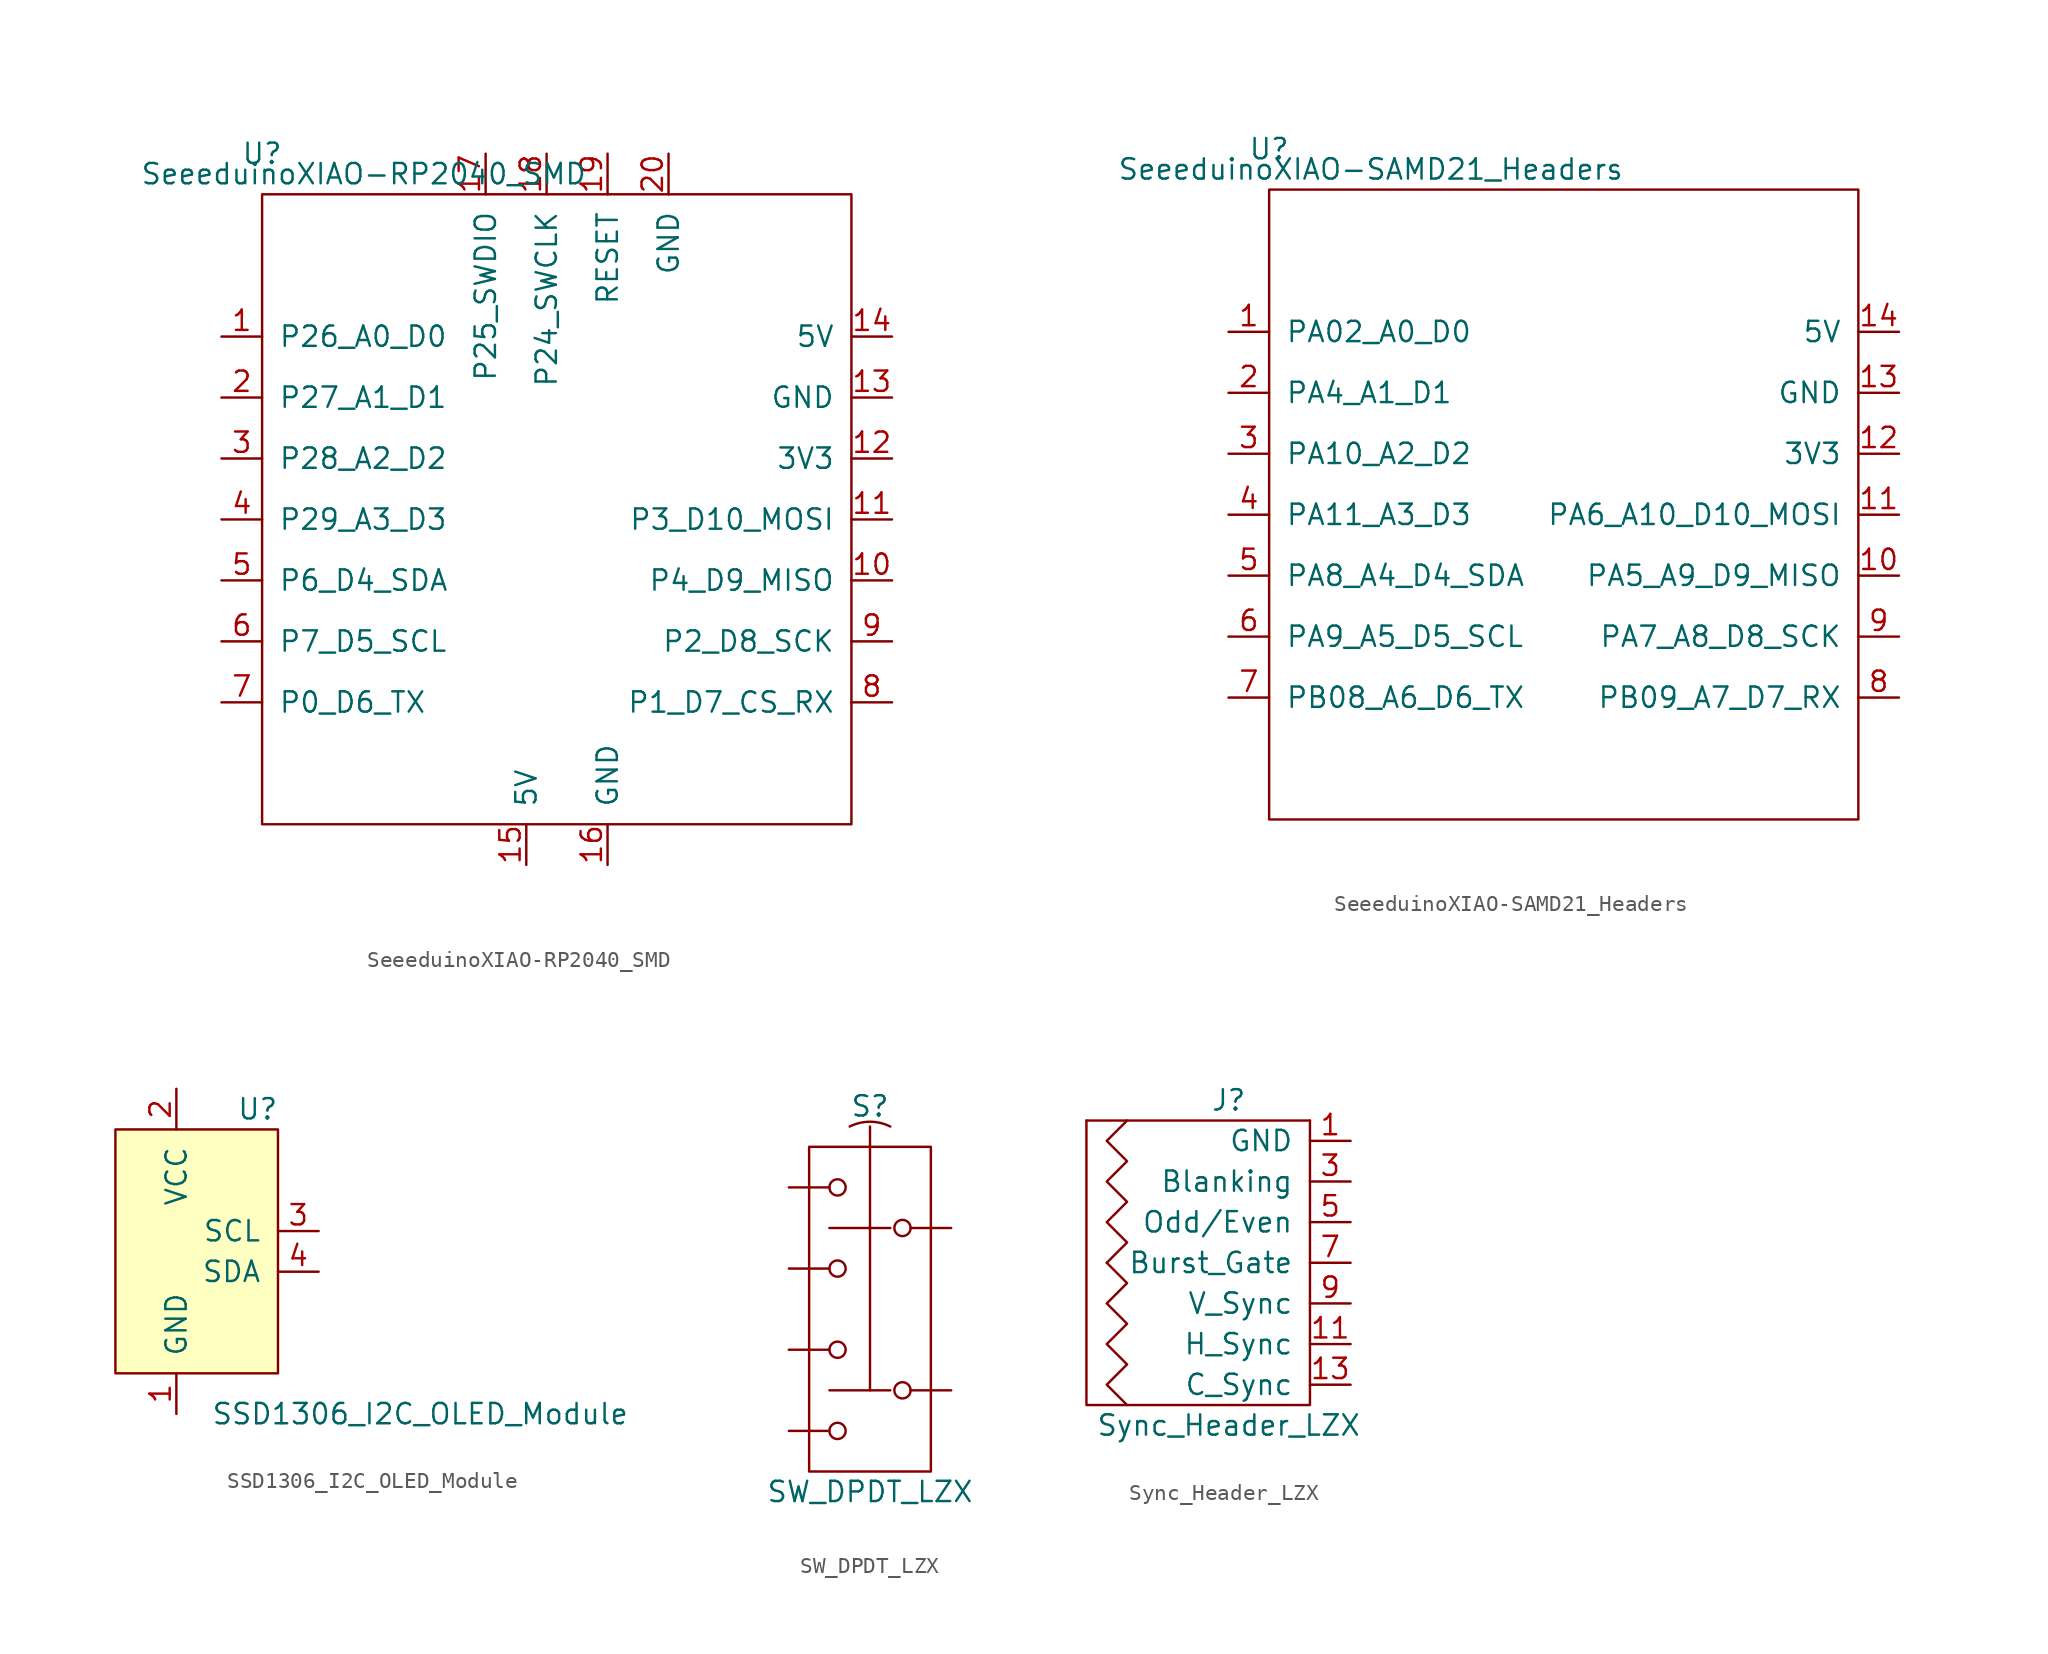
<source format=kicad_sym>
(kicad_symbol_lib
  (version 20220914)
  (generator kicad_symbol_editor)
  (symbol "SeeeduinoXIAO-RP2040_SMD"
    (pin_names
      (offset 1.016))
    (property "Reference" "U"
      (at -19.05 22.86 0)
      (effects (font (size 1.27 1.27))))
    (property "Value" "SeeeduinoXIAO-RP2040_SMD"
      (at -12.7 21.59 0)
      (effects (font (size 1.27 1.27))))
    (symbol "SeeeduinoXIAO-RP2040_SMD_0_1"
      (rectangle (start -19.05 20.32) (end 17.78 -19.05) (stroke (width 0) (type solid)) (fill (type none))))
    (symbol "SeeeduinoXIAO-RP2040_SMD_1_1"
      (pin unspecified line (at -21.59 11.43 0) (length 2.54) (name "P26_A0_D0" (effects (font (size 1.27 1.27)))) (number "1" (effects (font (size 1.27 1.27)))))
      (pin unspecified line (at 20.32 -3.81 180) (length 2.54) (name "P4_D9_MISO" (effects (font (size 1.27 1.27)))) (number "10" (effects (font (size 1.27 1.27)))))
      (pin unspecified line (at 20.32 0 180) (length 2.54) (name "P3_D10_MOSI" (effects (font (size 1.27 1.27)))) (number "11" (effects (font (size 1.27 1.27)))))
      (pin unspecified line (at 20.32 3.81 180) (length 2.54) (name "3V3" (effects (font (size 1.27 1.27)))) (number "12" (effects (font (size 1.27 1.27)))))
      (pin unspecified line (at 20.32 7.62 180) (length 2.54) (name "GND" (effects (font (size 1.27 1.27)))) (number "13" (effects (font (size 1.27 1.27)))))
      (pin unspecified line (at 20.32 11.43 180) (length 2.54) (name "5V" (effects (font (size 1.27 1.27)))) (number "14" (effects (font (size 1.27 1.27)))))
      (pin input line (at -2.54 -21.59 90) (length 2.54) (name "5V" (effects (font (size 1.27 1.27)))) (number "15" (effects (font (size 1.27 1.27)))))
      (pin input line (at 2.54 -21.59 90) (length 2.54) (name "GND" (effects (font (size 1.27 1.27)))) (number "16" (effects (font (size 1.27 1.27)))))
      (pin input line (at -5.08 22.86 270) (length 2.54) (name "P25_SWDIO" (effects (font (size 1.27 1.27)))) (number "17" (effects (font (size 1.27 1.27)))))
      (pin input line (at -1.27 22.86 270) (length 2.54) (name "P24_SWCLK" (effects (font (size 1.27 1.27)))) (number "18" (effects (font (size 1.27 1.27)))))
      (pin input line (at 2.54 22.86 270) (length 2.54) (name "RESET" (effects (font (size 1.27 1.27)))) (number "19" (effects (font (size 1.27 1.27)))))
      (pin unspecified line (at -21.59 7.62 0) (length 2.54) (name "P27_A1_D1" (effects (font (size 1.27 1.27)))) (number "2" (effects (font (size 1.27 1.27)))))
      (pin input line (at 6.35 22.86 270) (length 2.54) (name "GND" (effects (font (size 1.27 1.27)))) (number "20" (effects (font (size 1.27 1.27)))))
      (pin unspecified line (at -21.59 3.81 0) (length 2.54) (name "P28_A2_D2" (effects (font (size 1.27 1.27)))) (number "3" (effects (font (size 1.27 1.27)))))
      (pin unspecified line (at -21.59 0 0) (length 2.54) (name "P29_A3_D3" (effects (font (size 1.27 1.27)))) (number "4" (effects (font (size 1.27 1.27)))))
      (pin unspecified line (at -21.59 -3.81 0) (length 2.54) (name "P6_D4_SDA" (effects (font (size 1.27 1.27)))) (number "5" (effects (font (size 1.27 1.27)))))
      (pin unspecified line (at -21.59 -7.62 0) (length 2.54) (name "P7_D5_SCL" (effects (font (size 1.27 1.27)))) (number "6" (effects (font (size 1.27 1.27)))))
      (pin unspecified line (at -21.59 -11.43 0) (length 2.54) (name "P0_D6_TX" (effects (font (size 1.27 1.27)))) (number "7" (effects (font (size 1.27 1.27)))))
      (pin unspecified line (at 20.32 -11.43 180) (length 2.54) (name "P1_D7_CS_RX" (effects (font (size 1.27 1.27)))) (number "8" (effects (font (size 1.27 1.27)))))
      (pin unspecified line (at 20.32 -7.62 180) (length 2.54) (name "P2_D8_SCK" (effects (font (size 1.27 1.27)))) (number "9" (effects (font (size 1.27 1.27)))))))
  (symbol "SeeeduinoXIAO-SAMD21_Headers"
    (pin_names
      (offset 1.016))
    (property "Reference" "U"
      (at -19.05 22.86 0)
      (effects (font (size 1.27 1.27))))
    (property "Value" "SeeeduinoXIAO-SAMD21_Headers"
      (at -12.7 21.59 0)
      (effects (font (size 1.27 1.27))))
    (symbol "SeeeduinoXIAO-SAMD21_Headers_0_1"
      (rectangle (start -19.05 20.32) (end 17.78 -19.05) (stroke (width 0) (type solid)) (fill (type none))))
    (symbol "SeeeduinoXIAO-SAMD21_Headers_1_1"
      (pin unspecified line (at -21.59 11.43 0) (length 2.54) (name "PA02_A0_D0" (effects (font (size 1.27 1.27)))) (number "1" (effects (font (size 1.27 1.27)))))
      (pin unspecified line (at 20.32 -3.81 180) (length 2.54) (name "PA5_A9_D9_MISO" (effects (font (size 1.27 1.27)))) (number "10" (effects (font (size 1.27 1.27)))))
      (pin unspecified line (at 20.32 0 180) (length 2.54) (name "PA6_A10_D10_MOSI" (effects (font (size 1.27 1.27)))) (number "11" (effects (font (size 1.27 1.27)))))
      (pin unspecified line (at 20.32 3.81 180) (length 2.54) (name "3V3" (effects (font (size 1.27 1.27)))) (number "12" (effects (font (size 1.27 1.27)))))
      (pin unspecified line (at 20.32 7.62 180) (length 2.54) (name "GND" (effects (font (size 1.27 1.27)))) (number "13" (effects (font (size 1.27 1.27)))))
      (pin unspecified line (at 20.32 11.43 180) (length 2.54) (name "5V" (effects (font (size 1.27 1.27)))) (number "14" (effects (font (size 1.27 1.27)))))
      (pin unspecified line (at -21.59 7.62 0) (length 2.54) (name "PA4_A1_D1" (effects (font (size 1.27 1.27)))) (number "2" (effects (font (size 1.27 1.27)))))
      (pin unspecified line (at -21.59 3.81 0) (length 2.54) (name "PA10_A2_D2" (effects (font (size 1.27 1.27)))) (number "3" (effects (font (size 1.27 1.27)))))
      (pin unspecified line (at -21.59 0 0) (length 2.54) (name "PA11_A3_D3" (effects (font (size 1.27 1.27)))) (number "4" (effects (font (size 1.27 1.27)))))
      (pin unspecified line (at -21.59 -3.81 0) (length 2.54) (name "PA8_A4_D4_SDA" (effects (font (size 1.27 1.27)))) (number "5" (effects (font (size 1.27 1.27)))))
      (pin unspecified line (at -21.59 -7.62 0) (length 2.54) (name "PA9_A5_D5_SCL" (effects (font (size 1.27 1.27)))) (number "6" (effects (font (size 1.27 1.27)))))
      (pin unspecified line (at -21.59 -11.43 0) (length 2.54) (name "PB08_A6_D6_TX" (effects (font (size 1.27 1.27)))) (number "7" (effects (font (size 1.27 1.27)))))
      (pin unspecified line (at 20.32 -11.43 180) (length 2.54) (name "PB09_A7_D7_RX" (effects (font (size 1.27 1.27)))) (number "8" (effects (font (size 1.27 1.27)))))
      (pin unspecified line (at 20.32 -7.62 180) (length 2.54) (name "PA7_A8_D8_SCK" (effects (font (size 1.27 1.27)))) (number "9" (effects (font (size 1.27 1.27)))))))
  (symbol "SSD1306_I2C_OLED_Module"
    (pin_names
      (offset 1.016))
    (property "Reference" "U"
      (at 3.81 8.89 0)
      (effects (font (size 1.27 1.27))))
    (property "Value" "SSD1306_I2C_OLED_Module"
      (at 13.97 -10.16 0)
      (effects (font (size 1.27 1.27))))
    (symbol "SSD1306_I2C_OLED_Module_0_1"
      (rectangle (start 5.08 7.62) (end -5.08 -7.62) (stroke (width 0) (type solid)) (fill (type background))))
    (symbol "SSD1306_I2C_OLED_Module_1_1"
      (pin power_in line (at -1.27 -10.16 90) (length 2.54) (name "GND" (effects (font (size 1.27 1.27)))) (number "1" (effects (font (size 1.27 1.27)))))
      (pin power_in line (at -1.27 10.16 270) (length 2.54) (name "VCC" (effects (font (size 1.27 1.27)))) (number "2" (effects (font (size 1.27 1.27)))))
      (pin bidirectional line (at 7.62 1.27 180) (length 2.54) (name "SCL" (effects (font (size 1.27 1.27)))) (number "3" (effects (font (size 1.27 1.27)))))
      (pin bidirectional line (at 7.62 -1.27 180) (length 2.54) (name "SDA" (effects (font (size 1.27 1.27)))) (number "4" (effects (font (size 1.27 1.27)))))))
  (symbol "SW_DPDT_LZX"
    (pin_numbers hide)
    (pin_names
      (offset 0) hide)
    (property "Reference" "S"
      (at 0 12.7 0)
      (effects (font (size 1.27 1.27))))
    (property "Value" "SW_DPDT_LZX"
      (at 0 -11.43 0)
      (effects (font (size 1.27 1.27))))
    (symbol "SW_DPDT_LZX_0_1"
      (rectangle (start -3.81 10.16) (end 3.81 -10.16) (stroke (width 0) (type solid)) (fill (type none)))
      (rectangle (start 0 -5.08) (end 0 11.43) (stroke (width 0) (type solid)) (fill (type none)))
      (polyline (pts (xy -2.54 -5.08) (xy 1.27 -5.08)) (stroke (width 0) (type solid)) (fill (type none)))
      (polyline (pts (xy -2.54 5.08) (xy 1.27 5.08)) (stroke (width 0) (type solid)) (fill (type none)))
      (arc (start 1.27 11.43) (mid 0 11.7298) (end -1.27 11.43) (stroke (width 0) (type solid)) (fill (type none))))
    (symbol "SW_DPDT_LZX_1_1"
      (circle (center -2.032 -7.62) (radius 0.508) (stroke (width 0) (type solid)) (fill (type none)))
      (circle (center -2.032 -2.54) (radius 0.508) (stroke (width 0) (type solid)) (fill (type none)))
      (circle (center -2.032 2.54) (radius 0.508) (stroke (width 0) (type solid)) (fill (type none)))
      (circle (center -2.032 7.62) (radius 0.508) (stroke (width 0) (type solid)) (fill (type none)))
      (circle (center 2.032 -5.08) (radius 0.508) (stroke (width 0) (type solid)) (fill (type none)))
      (circle (center 2.032 5.08) (radius 0.508) (stroke (width 0) (type solid)) (fill (type none)))
      (pin passive line (at 5.08 5.08 180) (length 2.54) (name "~" (effects (font (size 1.27 1.27)))) (number "1" (effects (font (size 1.27 1.27)))))
      (pin passive line (at -5.08 7.62 0) (length 2.54) (name "~" (effects (font (size 1.27 1.27)))) (number "2" (effects (font (size 1.27 1.27)))))
      (pin passive line (at -5.08 2.54 0) (length 2.54) (name "~" (effects (font (size 1.27 1.27)))) (number "3" (effects (font (size 1.27 1.27)))))
      (pin passive line (at 5.08 -5.08 180) (length 2.54) (name "~" (effects (font (size 1.27 1.27)))) (number "4" (effects (font (size 1.27 1.27)))))
      (pin passive line (at -5.08 -2.54 0) (length 2.54) (name "~" (effects (font (size 1.27 1.27)))) (number "5" (effects (font (size 1.27 1.27)))))
      (pin passive line (at -5.08 -7.62 0) (length 2.54) (name "~" (effects (font (size 1.27 1.27)))) (number "6" (effects (font (size 1.27 1.27)))))))
  (symbol "Sync_Header_LZX"
    (pin_names
      (offset 1.016))
    (property "Reference" "J"
      (at 0 10.16 0)
      (effects (font (size 1.27 1.27))))
    (property "Value" "Sync_Header_LZX"
      (at 0 -10.16 0)
      (effects (font (size 1.27 1.27))))
    (symbol "Sync_Header_LZX_0_1"
      (polyline (pts (xy 5.08 8.89) (xy -8.89 8.89)) (stroke (width 0) (type solid)) (fill (type none)))
      (polyline (pts (xy 5.08 8.89) (xy 5.08 -8.89) (xy -8.89 -8.89) (xy -8.89 8.89)) (stroke (width 0) (type solid)) (fill (type none)))
      (polyline (pts (xy -7.62 0) (xy -6.35 -1.27) (xy -7.62 -2.54) (xy -6.35 -3.81) (xy -7.62 -5.08) (xy -6.35 -6.35) (xy -7.62 -7.62) (xy -6.35 -8.89)) (stroke (width 0) (type solid)) (fill (type none)))
      (polyline (pts (xy -7.62 0) (xy -6.35 1.27) (xy -7.62 2.54) (xy -6.35 3.81) (xy -7.62 5.08) (xy -6.35 6.35) (xy -7.62 7.62) (xy -6.35 8.89)) (stroke (width 0) (type solid)) (fill (type none))))
    (symbol "Sync_Header_LZX_1_1"
      (pin passive line (at 7.62 7.62 180) (length 2.54) (name "GND" (effects (font (size 1.27 1.27)))) (number "1" (effects (font (size 1.27 1.27)))))
      (pin bidirectional line (at 7.62 -2.54 180) (length 2.54) hide (name "V_Sync" (effects (font (size 1.27 1.27)))) (number "10" (effects (font (size 1.27 1.27)))))
      (pin bidirectional line (at 7.62 -5.08 180) (length 2.54) (name "H_Sync" (effects (font (size 1.27 1.27)))) (number "11" (effects (font (size 1.27 1.27)))))
      (pin bidirectional line (at 7.62 -5.08 180) (length 2.54) hide (name "H_Sync" (effects (font (size 1.27 1.27)))) (number "12" (effects (font (size 1.27 1.27)))))
      (pin bidirectional line (at 7.62 -7.62 180) (length 2.54) (name "C_Sync" (effects (font (size 1.27 1.27)))) (number "13" (effects (font (size 1.27 1.27)))))
      (pin bidirectional line (at 7.62 -7.62 180) (length 2.54) hide (name "C_Sync" (effects (font (size 1.27 1.27)))) (number "14" (effects (font (size 1.27 1.27)))))
      (pin passive line (at 7.62 7.62 180) (length 2.54) hide (name "GND" (effects (font (size 1.27 1.27)))) (number "2" (effects (font (size 1.27 1.27)))))
      (pin bidirectional line (at 7.62 5.08 180) (length 2.54) (name "Blanking" (effects (font (size 1.27 1.27)))) (number "3" (effects (font (size 1.27 1.27)))))
      (pin bidirectional line (at 7.62 5.08 180) (length 2.54) hide (name "Blanking" (effects (font (size 1.27 1.27)))) (number "4" (effects (font (size 1.27 1.27)))))
      (pin bidirectional line (at 7.62 2.54 180) (length 2.54) (name "Odd/Even" (effects (font (size 1.27 1.27)))) (number "5" (effects (font (size 1.27 1.27)))))
      (pin bidirectional line (at 7.62 2.54 180) (length 2.54) hide (name "Odd/Even" (effects (font (size 1.27 1.27)))) (number "6" (effects (font (size 1.27 1.27)))))
      (pin bidirectional line (at 7.62 0 180) (length 2.54) (name "Burst_Gate" (effects (font (size 1.27 1.27)))) (number "7" (effects (font (size 1.27 1.27)))))
      (pin bidirectional line (at 7.62 0 180) (length 2.54) hide (name "Burst_Gate" (effects (font (size 1.27 1.27)))) (number "8" (effects (font (size 1.27 1.27)))))
      (pin bidirectional line (at 7.62 -2.54 180) (length 2.54) (name "V_Sync" (effects (font (size 1.27 1.27)))) (number "9" (effects (font (size 1.27 1.27))))))))
</source>
